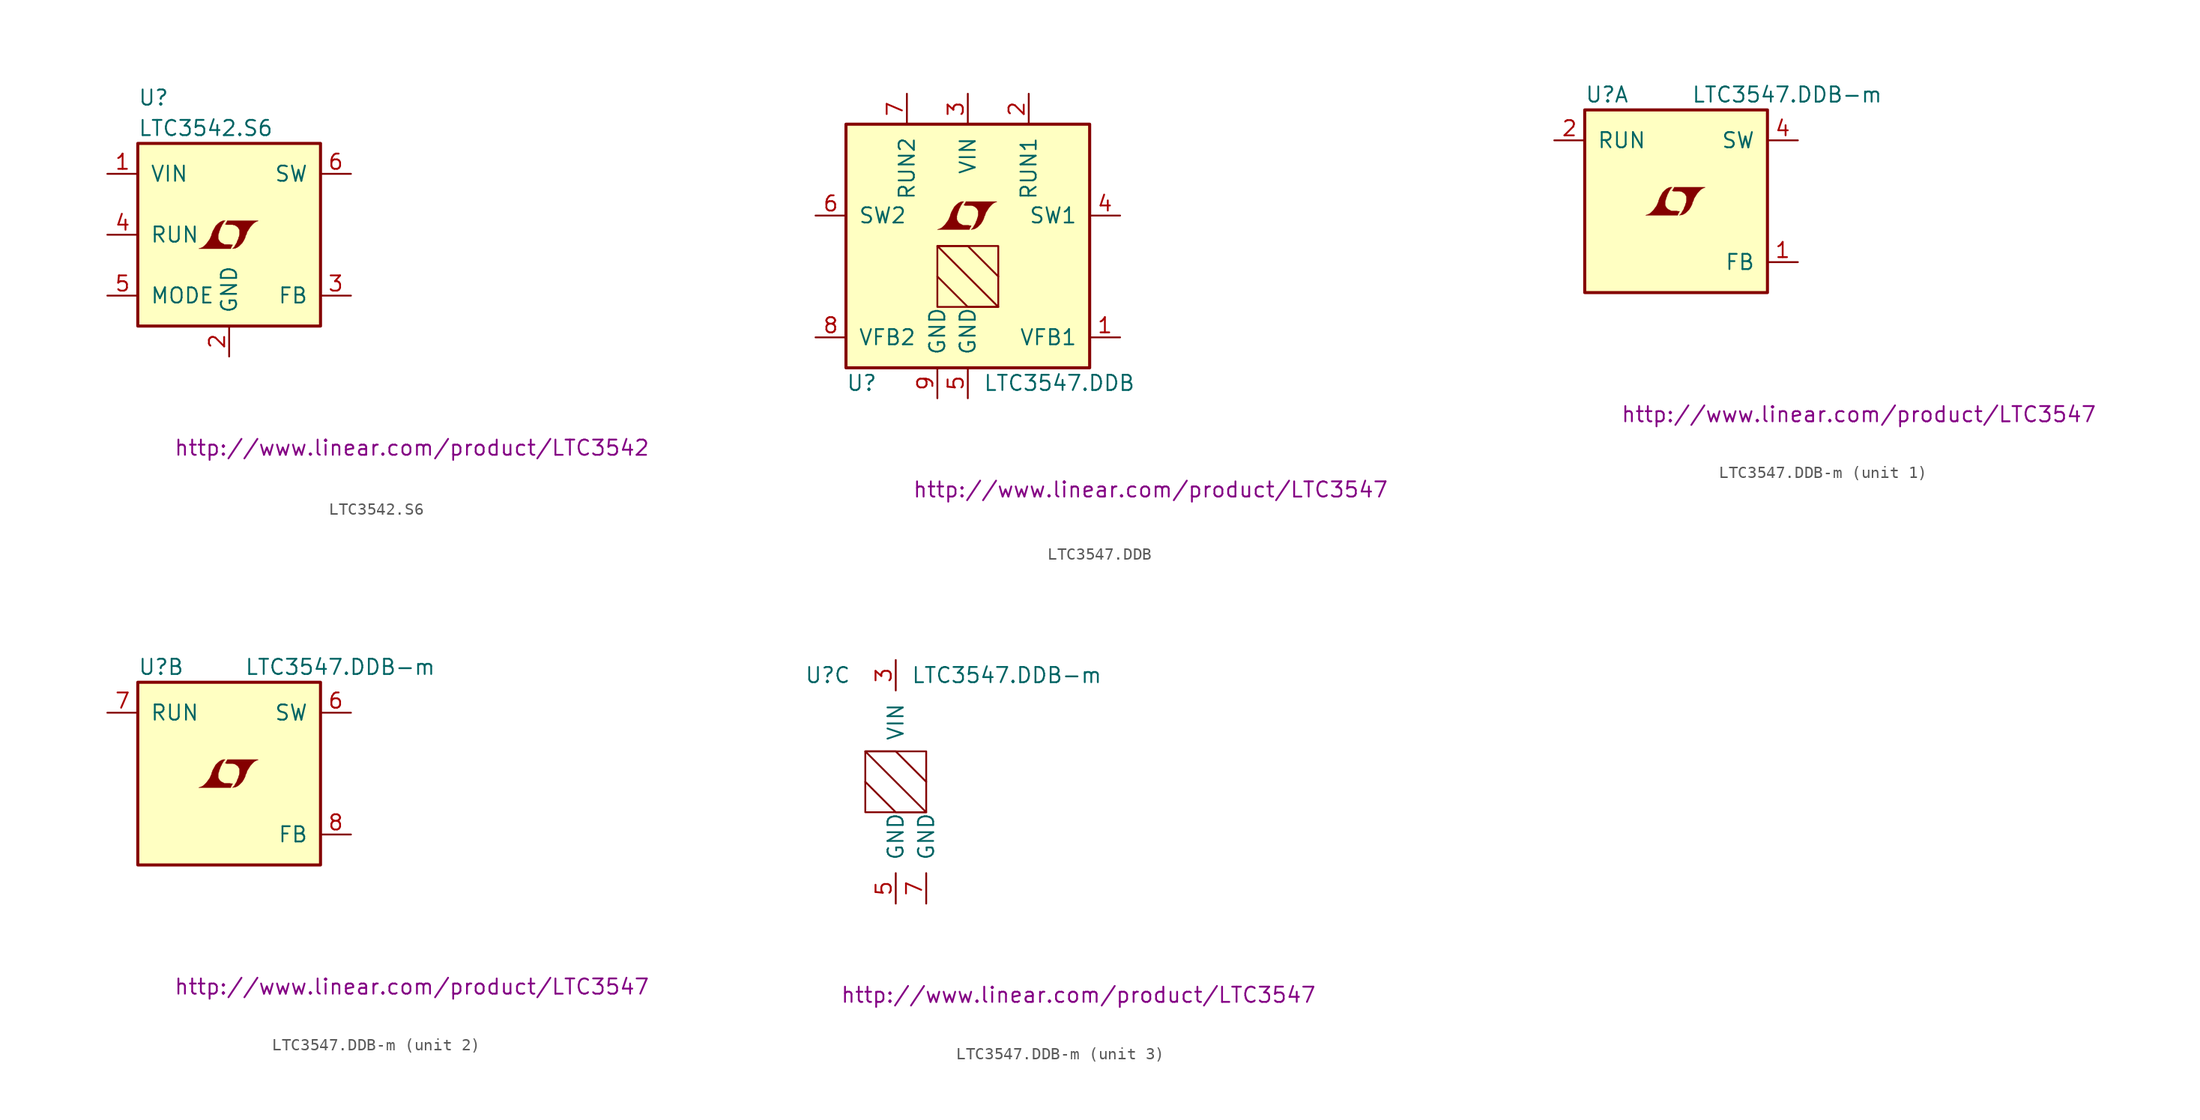
<source format=kicad_sym>
(kicad_symbol_lib
  (version 20201005)
  (generator kicad_symbol_editor)
  (symbol "LTC3542.S6"
    (pin_names
      (offset 1.016))
    (property "Reference" "U"
      (at -7.62 11.43 0)
      (effects (font (size 1.27 1.27)) (justify left)))
    (property "Value" "LTC3542.S6"
      (at -7.62 8.89 0)
      (effects (font (size 1.27 1.27)) (justify left)))
    (property "Datasheet" "http://www.linear.com/product/LTC3542"
      (at 15.24 -17.78 0)
      (effects (font (size 1.27 1.27))))
    (symbol "LTC3542.S6_0_0"
      (polyline (pts (xy 0.203 -0.991) (xy 0.229 -0.965) (xy 0.279 -0.864) (xy 0.279 -0.838) (xy 0.152 -0.838) (xy 0.051 -0.813) (xy -0.406 -0.813) (xy -0.432 -0.787) (xy -0.686 -0.66) (xy -0.787 -0.559) (xy -0.864 -0.432) (xy -0.914 -0.33) (xy -0.914 -0.025) (xy -0.864 0.127) (xy -0.838 0.229) (xy -0.813 0.305) (xy -0.762 0.432) (xy -0.711 0.584) (xy -0.635 0.711) (xy -0.584 0.838) (xy -0.508 0.94) (xy -0.457 1.041) (xy -0.33 1.168) (xy -0.508 1.168) (xy -0.635 1.118) (xy -0.737 1.067) (xy -0.813 1.016) (xy -0.94 0.914) (xy -1.118 0.737) (xy -1.372 0.279) (xy -1.473 0) (xy -1.473 -0.051) (xy -1.524 -0.152) (xy -1.575 -0.279) (xy -1.626 -0.381) (xy -1.753 -0.559) (xy -1.905 -0.762) (xy -2.057 -0.914) (xy -2.21 -1.041) (xy -2.388 -1.118) (xy -2.54 -1.168) (xy 0.127 -1.168) (xy 0.203 -0.991)) (stroke (width 0.025)) (fill (type outline)))
      (polyline (pts (xy 0.406 -1.143) (xy 0.483 -1.143) (xy 0.66 -1.067) (xy 0.813 -0.965) (xy 1.092 -0.686) (xy 1.219 -0.483) (xy 1.321 -0.279) (xy 1.397 -0.025) (xy 1.422 -0.025) (xy 1.499 0.229) (xy 1.753 0.635) (xy 1.905 0.813) (xy 2.057 0.965) (xy 2.21 1.067) (xy 2.388 1.143) (xy 2.413 1.143) (xy 2.413 1.168) (xy -0.152 1.168) (xy -0.229 1.016) (xy -0.254 0.991) (xy -0.305 0.889) (xy -0.33 0.864) (xy -0.279 0.864) (xy -0.229 0.838) (xy 0.305 0.838) (xy 0.356 0.813) (xy 0.406 0.813) (xy 0.483 0.787) (xy 0.61 0.711) (xy 0.737 0.61) (xy 0.813 0.483) (xy 0.838 0.432) (xy 0.864 0.406) (xy 0.864 0) (xy 0.838 -0.051) (xy 0.838 -0.127) (xy 0.787 -0.229) (xy 0.762 -0.356) (xy 0.686 -0.508) (xy 0.635 -0.66) (xy 0.483 -0.914) (xy 0.432 -1.016) (xy 0.279 -1.168) (xy 0.406 -1.143)) (stroke (width 0.025)) (fill (type outline))))
    (symbol "LTC3542.S6_0_1"
      (rectangle (start -7.62 7.62) (end 7.62 -7.62) (stroke (width 0.254)) (fill (type background))))
    (symbol "LTC3542.S6_1_1"
      (pin power_in line (at -10.16 5.08 0) (length 2.54) (name "VIN" (effects (font (size 1.27 1.27)))) (number "1" (effects (font (size 1.27 1.27)))))
      (pin power_in line (at 0 -10.16 90) (length 2.54) (name "GND" (effects (font (size 1.27 1.27)))) (number "2" (effects (font (size 1.27 1.27)))))
      (pin passive line (at 10.16 -5.08 180) (length 2.54) (name "FB" (effects (font (size 1.27 1.27)))) (number "3" (effects (font (size 1.27 1.27)))))
      (pin input line (at -10.16 0 0) (length 2.54) (name "RUN" (effects (font (size 1.27 1.27)))) (number "4" (effects (font (size 1.27 1.27)))))
      (pin passive line (at -10.16 -5.08 0) (length 2.54) (name "MODE" (effects (font (size 1.27 1.27)))) (number "5" (effects (font (size 1.27 1.27)))))
      (pin passive line (at 10.16 5.08 180) (length 2.54) (name "SW" (effects (font (size 1.27 1.27)))) (number "6" (effects (font (size 1.27 1.27)))))))
  (symbol "LTC3547.DDB"
    (pin_names
      (offset 1.016))
    (property "Reference" "U"
      (at -10.16 -11.43 0)
      (effects (font (size 1.27 1.27)) (justify left)))
    (property "Value" "LTC3547.DDB"
      (at 1.27 -11.43 0)
      (effects (font (size 1.27 1.27)) (justify left)))
    (property "Datasheet" "http://www.linear.com/product/LTC3547"
      (at 15.24 -20.32 0)
      (effects (font (size 1.27 1.27))))
    (symbol "LTC3547.DDB_0_0"
      (polyline (pts (xy 0.203 1.549) (xy 0.229 1.575) (xy 0.279 1.676) (xy 0.279 1.702) (xy 0.152 1.702) (xy 0.051 1.727) (xy -0.406 1.727) (xy -0.432 1.753) (xy -0.686 1.88) (xy -0.787 1.981) (xy -0.864 2.108) (xy -0.914 2.21) (xy -0.914 2.515) (xy -0.864 2.667) (xy -0.838 2.769) (xy -0.813 2.845) (xy -0.762 2.972) (xy -0.711 3.124) (xy -0.635 3.251) (xy -0.584 3.378) (xy -0.508 3.48) (xy -0.457 3.581) (xy -0.33 3.708) (xy -0.508 3.708) (xy -0.635 3.658) (xy -0.737 3.607) (xy -0.813 3.556) (xy -0.94 3.454) (xy -1.118 3.277) (xy -1.372 2.819) (xy -1.473 2.54) (xy -1.473 2.489) (xy -1.524 2.388) (xy -1.575 2.261) (xy -1.626 2.159) (xy -1.753 1.981) (xy -1.905 1.778) (xy -2.057 1.626) (xy -2.21 1.499) (xy -2.388 1.422) (xy -2.54 1.372) (xy 0.127 1.372) (xy 0.203 1.549)) (stroke (width 0.025)) (fill (type outline)))
      (polyline (pts (xy 0.406 1.397) (xy 0.483 1.397) (xy 0.66 1.473) (xy 0.813 1.575) (xy 1.092 1.854) (xy 1.219 2.057) (xy 1.321 2.261) (xy 1.397 2.515) (xy 1.422 2.515) (xy 1.499 2.769) (xy 1.753 3.175) (xy 1.905 3.353) (xy 2.057 3.505) (xy 2.21 3.607) (xy 2.388 3.683) (xy 2.413 3.683) (xy 2.413 3.708) (xy -0.152 3.708) (xy -0.229 3.556) (xy -0.254 3.531) (xy -0.305 3.429) (xy -0.33 3.404) (xy -0.279 3.404) (xy -0.229 3.378) (xy 0.305 3.378) (xy 0.356 3.353) (xy 0.406 3.353) (xy 0.483 3.327) (xy 0.61 3.251) (xy 0.737 3.15) (xy 0.813 3.023) (xy 0.838 2.972) (xy 0.864 2.946) (xy 0.864 2.54) (xy 0.838 2.489) (xy 0.838 2.413) (xy 0.787 2.311) (xy 0.762 2.184) (xy 0.686 2.032) (xy 0.635 1.88) (xy 0.483 1.626) (xy 0.432 1.524) (xy 0.279 1.372) (xy 0.406 1.397)) (stroke (width 0.025)) (fill (type outline))))
    (symbol "LTC3547.DDB_0_1"
      (rectangle (start -10.16 10.16) (end 10.16 -10.16) (stroke (width 0.254)) (fill (type background)))
      (rectangle (start -2.54 0) (end 2.54 -5.08) (stroke (width 0)) (fill (type none)))
      (polyline (pts (xy -2.54 -2.54) (xy 0 -5.08) (xy 2.54 -5.08) (xy -2.54 0) (xy 0 0) (xy 2.54 -2.54)) (stroke (width 0)) (fill (type none))))
    (symbol "LTC3547.DDB_1_1"
      (pin passive line (at 12.7 -7.62 180) (length 2.54) (name "VFB1" (effects (font (size 1.27 1.27)))) (number "1" (effects (font (size 1.27 1.27)))))
      (pin input line (at 5.08 12.7 270) (length 2.54) (name "RUN1" (effects (font (size 1.27 1.27)))) (number "2" (effects (font (size 1.27 1.27)))))
      (pin power_in line (at 0 12.7 270) (length 2.54) (name "VIN" (effects (font (size 1.27 1.27)))) (number "3" (effects (font (size 1.27 1.27)))))
      (pin passive line (at 12.7 2.54 180) (length 2.54) (name "SW1" (effects (font (size 1.27 1.27)))) (number "4" (effects (font (size 1.27 1.27)))))
      (pin power_in line (at 0 -12.7 90) (length 2.54) (name "GND" (effects (font (size 1.27 1.27)))) (number "5" (effects (font (size 1.27 1.27)))))
      (pin passive line (at -12.7 2.54 0) (length 2.54) (name "SW2" (effects (font (size 1.27 1.27)))) (number "6" (effects (font (size 1.27 1.27)))))
      (pin input line (at -5.08 12.7 270) (length 2.54) (name "RUN2" (effects (font (size 1.27 1.27)))) (number "7" (effects (font (size 1.27 1.27)))))
      (pin passive line (at -12.7 -7.62 0) (length 2.54) (name "VFB2" (effects (font (size 1.27 1.27)))) (number "8" (effects (font (size 1.27 1.27)))))
      (pin power_in line (at -2.54 -12.7 90) (length 2.54) (name "GND" (effects (font (size 1.27 1.27)))) (number "9" (effects (font (size 1.27 1.27)))))))
  (symbol "LTC3547.DDB-m"
    (pin_names
      (offset 1.016))
    (property "Reference" "U"
      (at -7.62 8.89 0)
      (effects (font (size 1.27 1.27)) (justify left)))
    (property "Value" "LTC3547.DDB-m"
      (at 1.27 8.89 0)
      (effects (font (size 1.27 1.27)) (justify left)))
    (property "Datasheet" "http://www.linear.com/product/LTC3547"
      (at 15.24 -17.78 0)
      (effects (font (size 1.27 1.27))))
    (property "ki_locked" ""
      (at 0 0 0)
      (effects (font (size 1.27 1.27))))
    (symbol "LTC3547.DDB-m_1_0"
      (polyline (pts (xy 0.203 -0.991) (xy 0.229 -0.965) (xy 0.279 -0.864) (xy 0.279 -0.838) (xy 0.152 -0.838) (xy 0.051 -0.813) (xy -0.406 -0.813) (xy -0.432 -0.787) (xy -0.686 -0.66) (xy -0.787 -0.559) (xy -0.864 -0.432) (xy -0.914 -0.33) (xy -0.914 -0.025) (xy -0.864 0.127) (xy -0.838 0.229) (xy -0.813 0.305) (xy -0.762 0.432) (xy -0.711 0.584) (xy -0.635 0.711) (xy -0.584 0.838) (xy -0.508 0.94) (xy -0.457 1.041) (xy -0.33 1.168) (xy -0.508 1.168) (xy -0.635 1.118) (xy -0.737 1.067) (xy -0.813 1.016) (xy -0.94 0.914) (xy -1.118 0.737) (xy -1.372 0.279) (xy -1.473 0) (xy -1.473 -0.051) (xy -1.524 -0.152) (xy -1.575 -0.279) (xy -1.626 -0.381) (xy -1.753 -0.559) (xy -1.905 -0.762) (xy -2.057 -0.914) (xy -2.21 -1.041) (xy -2.388 -1.118) (xy -2.54 -1.168) (xy 0.127 -1.168) (xy 0.203 -0.991)) (stroke (width 0.025)) (fill (type outline)))
      (polyline (pts (xy 0.406 -1.143) (xy 0.483 -1.143) (xy 0.66 -1.067) (xy 0.813 -0.965) (xy 1.092 -0.686) (xy 1.219 -0.483) (xy 1.321 -0.279) (xy 1.397 -0.025) (xy 1.422 -0.025) (xy 1.499 0.229) (xy 1.753 0.635) (xy 1.905 0.813) (xy 2.057 0.965) (xy 2.21 1.067) (xy 2.388 1.143) (xy 2.413 1.143) (xy 2.413 1.168) (xy -0.152 1.168) (xy -0.229 1.016) (xy -0.254 0.991) (xy -0.305 0.889) (xy -0.33 0.864) (xy -0.279 0.864) (xy -0.229 0.838) (xy 0.305 0.838) (xy 0.356 0.813) (xy 0.406 0.813) (xy 0.483 0.787) (xy 0.61 0.711) (xy 0.737 0.61) (xy 0.813 0.483) (xy 0.838 0.432) (xy 0.864 0.406) (xy 0.864 0) (xy 0.838 -0.051) (xy 0.838 -0.127) (xy 0.787 -0.229) (xy 0.762 -0.356) (xy 0.686 -0.508) (xy 0.635 -0.66) (xy 0.483 -0.914) (xy 0.432 -1.016) (xy 0.279 -1.168) (xy 0.406 -1.143)) (stroke (width 0.025)) (fill (type outline))))
    (symbol "LTC3547.DDB-m_1_1"
      (rectangle (start -7.62 7.62) (end 7.62 -7.62) (stroke (width 0.254)) (fill (type background)))
      (pin passive line (at 10.16 -5.08 180) (length 2.54) (name "FB" (effects (font (size 1.27 1.27)))) (number "1" (effects (font (size 1.27 1.27)))))
      (pin input line (at -10.16 5.08 0) (length 2.54) (name "RUN" (effects (font (size 1.27 1.27)))) (number "2" (effects (font (size 1.27 1.27)))))
      (pin passive line (at 10.16 5.08 180) (length 2.54) (name "SW" (effects (font (size 1.27 1.27)))) (number "4" (effects (font (size 1.27 1.27))))))
    (symbol "LTC3547.DDB-m_2_0"
      (polyline (pts (xy 0.203 -0.991) (xy 0.229 -0.965) (xy 0.279 -0.864) (xy 0.279 -0.838) (xy 0.152 -0.838) (xy 0.051 -0.813) (xy -0.406 -0.813) (xy -0.432 -0.787) (xy -0.686 -0.66) (xy -0.787 -0.559) (xy -0.864 -0.432) (xy -0.914 -0.33) (xy -0.914 -0.025) (xy -0.864 0.127) (xy -0.838 0.229) (xy -0.813 0.305) (xy -0.762 0.432) (xy -0.711 0.584) (xy -0.635 0.711) (xy -0.584 0.838) (xy -0.508 0.94) (xy -0.457 1.041) (xy -0.33 1.168) (xy -0.508 1.168) (xy -0.635 1.118) (xy -0.737 1.067) (xy -0.813 1.016) (xy -0.94 0.914) (xy -1.118 0.737) (xy -1.372 0.279) (xy -1.473 0) (xy -1.473 -0.051) (xy -1.524 -0.152) (xy -1.575 -0.279) (xy -1.626 -0.381) (xy -1.753 -0.559) (xy -1.905 -0.762) (xy -2.057 -0.914) (xy -2.21 -1.041) (xy -2.388 -1.118) (xy -2.54 -1.168) (xy 0.127 -1.168) (xy 0.203 -0.991)) (stroke (width 0.025)) (fill (type outline)))
      (polyline (pts (xy 0.406 -1.143) (xy 0.483 -1.143) (xy 0.66 -1.067) (xy 0.813 -0.965) (xy 1.092 -0.686) (xy 1.219 -0.483) (xy 1.321 -0.279) (xy 1.397 -0.025) (xy 1.422 -0.025) (xy 1.499 0.229) (xy 1.753 0.635) (xy 1.905 0.813) (xy 2.057 0.965) (xy 2.21 1.067) (xy 2.388 1.143) (xy 2.413 1.143) (xy 2.413 1.168) (xy -0.152 1.168) (xy -0.229 1.016) (xy -0.254 0.991) (xy -0.305 0.889) (xy -0.33 0.864) (xy -0.279 0.864) (xy -0.229 0.838) (xy 0.305 0.838) (xy 0.356 0.813) (xy 0.406 0.813) (xy 0.483 0.787) (xy 0.61 0.711) (xy 0.737 0.61) (xy 0.813 0.483) (xy 0.838 0.432) (xy 0.864 0.406) (xy 0.864 0) (xy 0.838 -0.051) (xy 0.838 -0.127) (xy 0.787 -0.229) (xy 0.762 -0.356) (xy 0.686 -0.508) (xy 0.635 -0.66) (xy 0.483 -0.914) (xy 0.432 -1.016) (xy 0.279 -1.168) (xy 0.406 -1.143)) (stroke (width 0.025)) (fill (type outline))))
    (symbol "LTC3547.DDB-m_2_1"
      (rectangle (start -7.62 7.62) (end 7.62 -7.62) (stroke (width 0.254)) (fill (type background)))
      (pin passive line (at 10.16 5.08 180) (length 2.54) (name "SW" (effects (font (size 1.27 1.27)))) (number "6" (effects (font (size 1.27 1.27)))))
      (pin input line (at -10.16 5.08 0) (length 2.54) (name "RUN" (effects (font (size 1.27 1.27)))) (number "7" (effects (font (size 1.27 1.27)))))
      (pin passive line (at 10.16 -5.08 180) (length 2.54) (name "FB" (effects (font (size 1.27 1.27)))) (number "8" (effects (font (size 1.27 1.27))))))
    (symbol "LTC3547.DDB-m_3_1"
      (rectangle (start -2.54 2.54) (end 2.54 -2.54) (stroke (width 0)) (fill (type none)))
      (polyline (pts (xy -2.54 0) (xy 0 -2.54) (xy 2.54 -2.54) (xy -2.54 2.54) (xy 0 2.54) (xy 2.54 0)) (stroke (width 0)) (fill (type none)))
      (pin power_in line (at 0 10.16 270) (length 2.54) (name "VIN" (effects (font (size 1.27 1.27)))) (number "3" (effects (font (size 1.27 1.27)))))
      (pin power_in line (at 0 -10.16 90) (length 2.54) (name "GND" (effects (font (size 1.27 1.27)))) (number "5" (effects (font (size 1.27 1.27)))))
      (pin power_in line (at 2.54 -10.16 90) (length 2.54) (name "GND" (effects (font (size 1.27 1.27)))) (number "7" (effects (font (size 1.27 1.27))))))))
</source>
